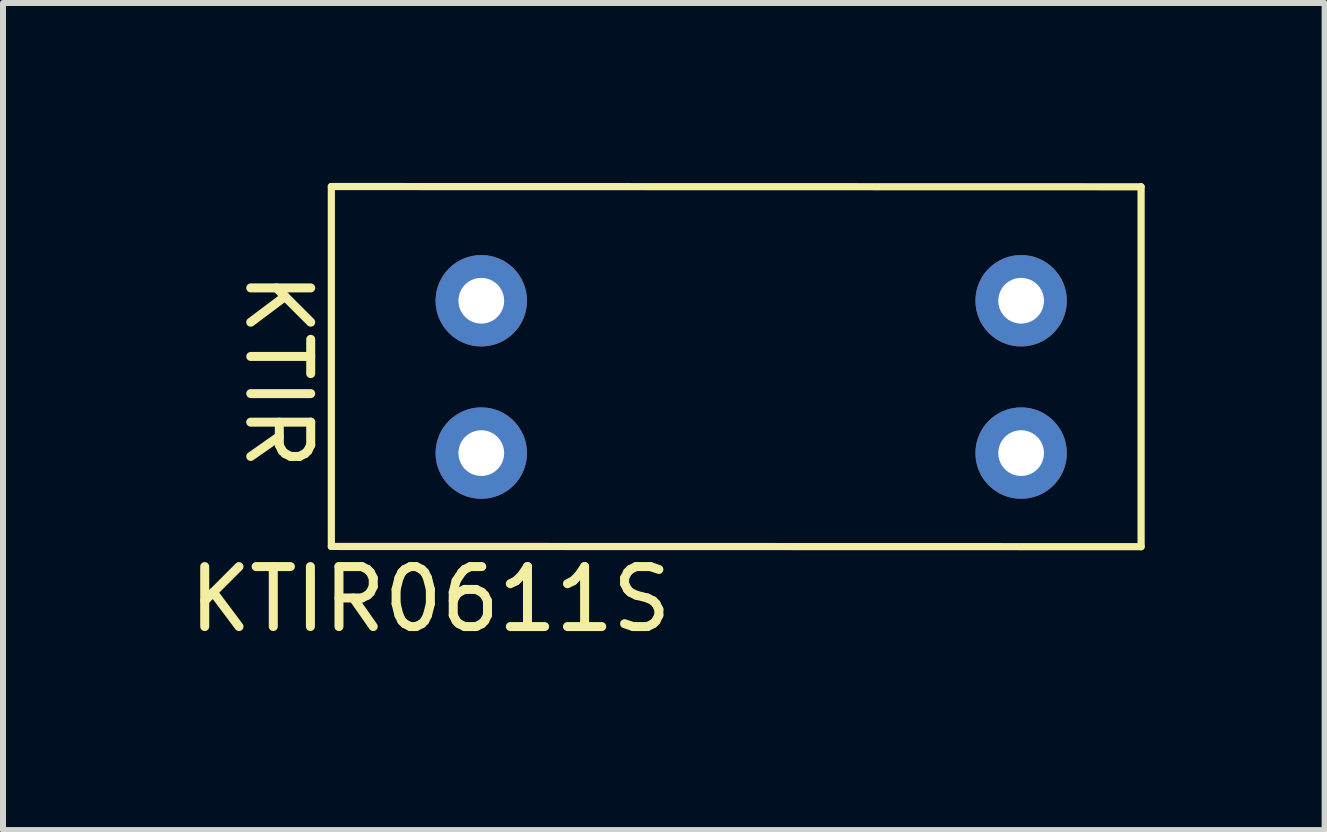
<source format=kicad_pcb>
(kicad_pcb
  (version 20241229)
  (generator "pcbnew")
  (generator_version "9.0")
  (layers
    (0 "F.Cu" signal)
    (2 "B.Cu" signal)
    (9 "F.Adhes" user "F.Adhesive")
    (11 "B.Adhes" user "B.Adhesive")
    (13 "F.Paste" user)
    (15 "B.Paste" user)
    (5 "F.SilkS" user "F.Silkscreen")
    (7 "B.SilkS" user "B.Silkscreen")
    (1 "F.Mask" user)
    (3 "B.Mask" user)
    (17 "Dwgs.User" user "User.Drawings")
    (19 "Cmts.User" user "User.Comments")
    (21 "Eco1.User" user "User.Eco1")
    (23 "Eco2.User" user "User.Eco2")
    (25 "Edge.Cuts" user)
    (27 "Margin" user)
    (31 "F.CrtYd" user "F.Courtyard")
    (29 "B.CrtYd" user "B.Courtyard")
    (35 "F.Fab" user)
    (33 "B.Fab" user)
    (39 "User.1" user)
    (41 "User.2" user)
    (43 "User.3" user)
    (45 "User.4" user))
  (footprint "KTIR0611S"
    (layer "F.Cu")
    (at 9.205 3.131)
    (property "Reference" "KTIR0611S" (at -5.08 3.81 0) (layer "F.SilkS") (effects (font (size 1 1) (thickness 0.15))))
    (attr through_hole)
    (fp_line (start -6.731 -3.071) (end 6.769 -3.067) (stroke (width 0.12) (type solid)) (layer "F.SilkS"))
    (fp_line (start -6.731 2.929) (end -6.731 -3.071) (stroke (width 0.12) (type solid)) (layer "F.SilkS"))
    (fp_line (start -6.731 2.929) (end 6.769 2.933) (stroke (width 0.12) (type solid)) (layer "F.SilkS"))
    (fp_line (start 6.769 2.933) (end 6.769 -3.067) (stroke (width 0.12) (type solid)) (layer "F.SilkS"))
    (fp_text user "KTIR" (at -7.62 0 270) (unlocked yes) (layer "F.SilkS") (effects (font (size 1 1) (thickness 0.15))))
    (pad "1" thru_hole circle (at -4.231 -1.167) (size 1.524 1.524) (drill 0.762) (layers "*.Cu" "*.Mask"))
    (pad "2" thru_hole circle (at -4.231 1.373) (size 1.524 1.524) (drill 0.762) (layers "*.Cu" "*.Mask"))
    (pad "3" thru_hole circle (at 4.769 1.373) (size 1.524 1.524) (drill 0.762) (layers "*.Cu" "*.Mask"))
    (pad "4" thru_hole circle (at 4.769 -1.167) (size 1.524 1.524) (drill 0.762) (layers "*.Cu" "*.Mask")))
  (gr_rect
    (start -3 -3)
    (end 19.034 10.789)
    (stroke (width 0.1) (type default))
    (fill no)
    (layer "Edge.Cuts")))
</source>
